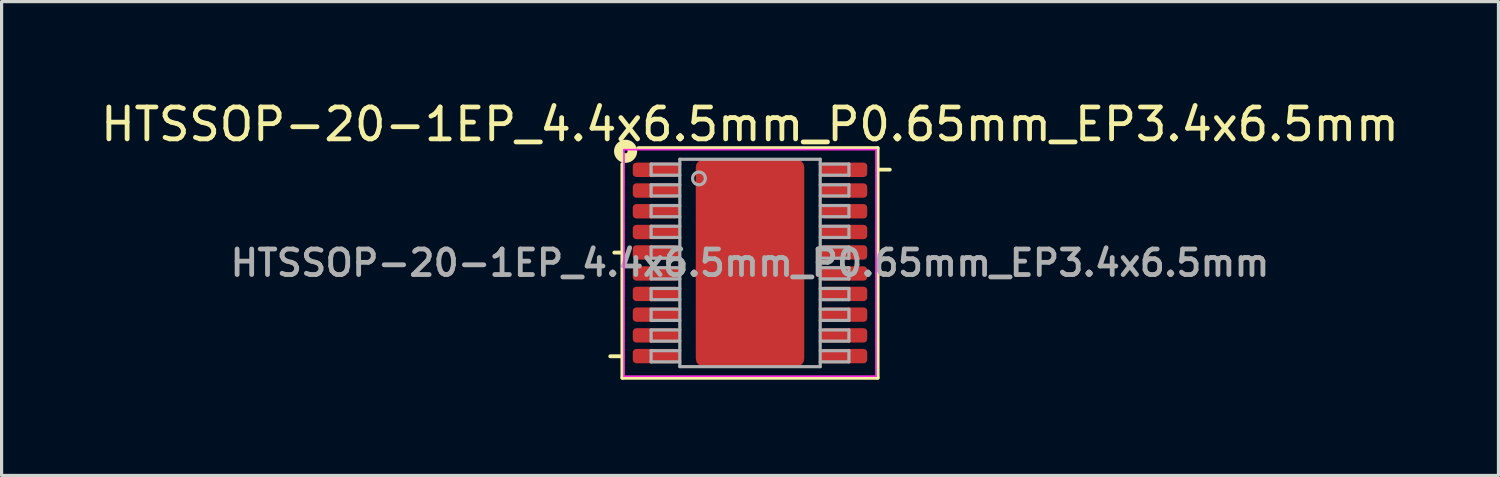
<source format=kicad_pcb>
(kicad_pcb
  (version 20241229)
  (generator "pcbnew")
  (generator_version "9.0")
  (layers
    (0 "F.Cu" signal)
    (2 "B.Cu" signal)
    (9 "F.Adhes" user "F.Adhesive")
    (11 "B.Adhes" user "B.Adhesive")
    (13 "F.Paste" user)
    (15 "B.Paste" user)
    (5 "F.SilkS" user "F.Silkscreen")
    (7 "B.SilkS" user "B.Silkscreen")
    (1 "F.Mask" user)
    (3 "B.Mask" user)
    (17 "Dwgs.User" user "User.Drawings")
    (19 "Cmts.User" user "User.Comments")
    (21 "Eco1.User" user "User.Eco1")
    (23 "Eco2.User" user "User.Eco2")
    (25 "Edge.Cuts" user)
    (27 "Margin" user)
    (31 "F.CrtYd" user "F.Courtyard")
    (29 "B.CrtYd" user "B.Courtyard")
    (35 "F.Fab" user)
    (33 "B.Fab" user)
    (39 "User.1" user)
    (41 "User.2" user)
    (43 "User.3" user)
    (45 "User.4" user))
  (footprint "HTSSOP-20-1EP_4.4x6.5mm_P0.65mm_EP3.4x6.5mm"
    (layer "F.Cu")
    (at 20.458 5.192)
    (property "Reference" "HTSSOP-20-1EP_4.4x6.5mm_P0.65mm_EP3.4x6.5mm" (at 0 -4.344 0) (layer "F.SilkS") (effects (font (size 1 1) (thickness 0.15))))
    (attr smd)
    (fp_line (start -4 -0.325) (end -4.254 -0.325) (stroke (width 0.12) (type solid)) (layer "F.SilkS"))
    (fp_line (start -4 2.925) (end -4.381 2.925) (stroke (width 0.12) (type solid)) (layer "F.SilkS"))
    (fp_line (start -4 3.6) (end -4 -3.1) (stroke (width 0.12) (type solid)) (layer "F.SilkS"))
    (fp_line (start -3.5 -3.6) (end 4 -3.6) (stroke (width 0.12) (type solid)) (layer "F.SilkS"))
    (fp_line (start 4 -3.6) (end 4 3.6) (stroke (width 0.12) (type solid)) (layer "F.SilkS"))
    (fp_line (start 4 -2.925) (end 4.381 -2.925) (stroke (width 0.12) (type solid)) (layer "F.SilkS"))
    (fp_line (start 4 0.325) (end 4.254 0.325) (stroke (width 0.12) (type solid)) (layer "F.SilkS"))
    (fp_line (start 4 3.6) (end -4 3.6) (stroke (width 0.12) (type solid)) (layer "F.SilkS"))
    (fp_circle (center -3.9 -3.5) (end -3.837 -3.5) (stroke (width 0.3) (type solid)) (fill no) (layer "F.SilkS"))
    (fp_line (start -3.95 -3.55) (end -3.95 3.55) (stroke (width 0.05) (type solid)) (layer "F.CrtYd"))
    (fp_line (start -3.95 -3.55) (end 3.95 -3.55) (stroke (width 0.05) (type solid)) (layer "F.CrtYd"))
    (fp_line (start -3.95 3.55) (end 3.95 3.55) (stroke (width 0.05) (type solid)) (layer "F.CrtYd"))
    (fp_line (start 3.95 -3.55) (end 3.95 3.55) (stroke (width 0.05) (type solid)) (layer "F.CrtYd"))
    (fp_line (start -3.1 -3.1) (end -3.1 -2.75) (stroke (width 0.1) (type solid)) (layer "F.Fab"))
    (fp_line (start -3.1 -3.1) (end -2.2 -3.1) (stroke (width 0.1) (type solid)) (layer "F.Fab"))
    (fp_line (start -3.1 -2.75) (end -2.2 -2.75) (stroke (width 0.1) (type solid)) (layer "F.Fab"))
    (fp_line (start -3.1 -2.45) (end -3.1 -2.1) (stroke (width 0.1) (type solid)) (layer "F.Fab"))
    (fp_line (start -3.1 -2.45) (end -2.2 -2.45) (stroke (width 0.1) (type solid)) (layer "F.Fab"))
    (fp_line (start -3.1 -2.1) (end -2.2 -2.1) (stroke (width 0.1) (type solid)) (layer "F.Fab"))
    (fp_line (start -3.1 -1.8) (end -3.1 -1.45) (stroke (width 0.1) (type solid)) (layer "F.Fab"))
    (fp_line (start -3.1 -1.8) (end -2.2 -1.8) (stroke (width 0.1) (type solid)) (layer "F.Fab"))
    (fp_line (start -3.1 -1.45) (end -2.2 -1.45) (stroke (width 0.1) (type solid)) (layer "F.Fab"))
    (fp_line (start -3.1 -1.15) (end -3.1 -0.8) (stroke (width 0.1) (type solid)) (layer "F.Fab"))
    (fp_line (start -3.1 -1.15) (end -2.2 -1.15) (stroke (width 0.1) (type solid)) (layer "F.Fab"))
    (fp_line (start -3.1 -0.8) (end -2.2 -0.8) (stroke (width 0.1) (type solid)) (layer "F.Fab"))
    (fp_line (start -3.1 -0.5) (end -3.1 -0.15) (stroke (width 0.1) (type solid)) (layer "F.Fab"))
    (fp_line (start -3.1 -0.5) (end -2.2 -0.5) (stroke (width 0.1) (type solid)) (layer "F.Fab"))
    (fp_line (start -3.1 -0.15) (end -2.2 -0.15) (stroke (width 0.1) (type solid)) (layer "F.Fab"))
    (fp_line (start -3.1 0.15) (end -3.1 0.5) (stroke (width 0.1) (type solid)) (layer "F.Fab"))
    (fp_line (start -3.1 0.15) (end -2.2 0.15) (stroke (width 0.1) (type solid)) (layer "F.Fab"))
    (fp_line (start -3.1 0.5) (end -2.2 0.5) (stroke (width 0.1) (type solid)) (layer "F.Fab"))
    (fp_line (start -3.1 0.8) (end -3.1 1.15) (stroke (width 0.1) (type solid)) (layer "F.Fab"))
    (fp_line (start -3.1 0.8) (end -2.2 0.8) (stroke (width 0.1) (type solid)) (layer "F.Fab"))
    (fp_line (start -3.1 1.15) (end -2.2 1.15) (stroke (width 0.1) (type solid)) (layer "F.Fab"))
    (fp_line (start -3.1 1.45) (end -3.1 1.8) (stroke (width 0.1) (type solid)) (layer "F.Fab"))
    (fp_line (start -3.1 1.45) (end -2.2 1.45) (stroke (width 0.1) (type solid)) (layer "F.Fab"))
    (fp_line (start -3.1 1.8) (end -2.2 1.8) (stroke (width 0.1) (type solid)) (layer "F.Fab"))
    (fp_line (start -3.1 2.1) (end -3.1 2.45) (stroke (width 0.1) (type solid)) (layer "F.Fab"))
    (fp_line (start -3.1 2.1) (end -2.2 2.1) (stroke (width 0.1) (type solid)) (layer "F.Fab"))
    (fp_line (start -3.1 2.45) (end -2.2 2.45) (stroke (width 0.1) (type solid)) (layer "F.Fab"))
    (fp_line (start -3.1 2.75) (end -3.1 3.1) (stroke (width 0.1) (type solid)) (layer "F.Fab"))
    (fp_line (start -3.1 2.75) (end -2.2 2.75) (stroke (width 0.1) (type solid)) (layer "F.Fab"))
    (fp_line (start -3.1 3.1) (end -2.2 3.1) (stroke (width 0.1) (type solid)) (layer "F.Fab"))
    (fp_line (start -2.2 -3.25) (end 2.2 -3.25) (stroke (width 0.1) (type solid)) (layer "F.Fab"))
    (fp_line (start -2.2 3.25) (end -2.2 -3.25) (stroke (width 0.1) (type solid)) (layer "F.Fab"))
    (fp_line (start 2.2 -3.25) (end 2.2 3.25) (stroke (width 0.1) (type solid)) (layer "F.Fab"))
    (fp_line (start 2.2 3.25) (end -2.2 3.25) (stroke (width 0.1) (type solid)) (layer "F.Fab"))
    (fp_line (start 3.1 -3.1) (end 2.2 -3.1) (stroke (width 0.1) (type solid)) (layer "F.Fab"))
    (fp_line (start 3.1 -2.75) (end 2.2 -2.75) (stroke (width 0.1) (type solid)) (layer "F.Fab"))
    (fp_line (start 3.1 -2.75) (end 3.1 -3.1) (stroke (width 0.1) (type solid)) (layer "F.Fab"))
    (fp_line (start 3.1 -2.45) (end 2.2 -2.45) (stroke (width 0.1) (type solid)) (layer "F.Fab"))
    (fp_line (start 3.1 -2.1) (end 2.2 -2.1) (stroke (width 0.1) (type solid)) (layer "F.Fab"))
    (fp_line (start 3.1 -2.1) (end 3.1 -2.45) (stroke (width 0.1) (type solid)) (layer "F.Fab"))
    (fp_line (start 3.1 -1.8) (end 2.2 -1.8) (stroke (width 0.1) (type solid)) (layer "F.Fab"))
    (fp_line (start 3.1 -1.45) (end 2.2 -1.45) (stroke (width 0.1) (type solid)) (layer "F.Fab"))
    (fp_line (start 3.1 -1.45) (end 3.1 -1.8) (stroke (width 0.1) (type solid)) (layer "F.Fab"))
    (fp_line (start 3.1 -1.15) (end 2.2 -1.15) (stroke (width 0.1) (type solid)) (layer "F.Fab"))
    (fp_line (start 3.1 -0.8) (end 2.2 -0.8) (stroke (width 0.1) (type solid)) (layer "F.Fab"))
    (fp_line (start 3.1 -0.8) (end 3.1 -1.15) (stroke (width 0.1) (type solid)) (layer "F.Fab"))
    (fp_line (start 3.1 -0.5) (end 2.2 -0.5) (stroke (width 0.1) (type solid)) (layer "F.Fab"))
    (fp_line (start 3.1 -0.15) (end 2.2 -0.15) (stroke (width 0.1) (type solid)) (layer "F.Fab"))
    (fp_line (start 3.1 -0.15) (end 3.1 -0.5) (stroke (width 0.1) (type solid)) (layer "F.Fab"))
    (fp_line (start 3.1 0.15) (end 2.2 0.15) (stroke (width 0.1) (type solid)) (layer "F.Fab"))
    (fp_line (start 3.1 0.5) (end 2.2 0.5) (stroke (width 0.1) (type solid)) (layer "F.Fab"))
    (fp_line (start 3.1 0.5) (end 3.1 0.15) (stroke (width 0.1) (type solid)) (layer "F.Fab"))
    (fp_line (start 3.1 0.8) (end 2.2 0.8) (stroke (width 0.1) (type solid)) (layer "F.Fab"))
    (fp_line (start 3.1 1.15) (end 2.2 1.15) (stroke (width 0.1) (type solid)) (layer "F.Fab"))
    (fp_line (start 3.1 1.15) (end 3.1 0.8) (stroke (width 0.1) (type solid)) (layer "F.Fab"))
    (fp_line (start 3.1 1.45) (end 2.2 1.45) (stroke (width 0.1) (type solid)) (layer "F.Fab"))
    (fp_line (start 3.1 1.8) (end 2.2 1.8) (stroke (width 0.1) (type solid)) (layer "F.Fab"))
    (fp_line (start 3.1 1.8) (end 3.1 1.45) (stroke (width 0.1) (type solid)) (layer "F.Fab"))
    (fp_line (start 3.1 2.1) (end 2.2 2.1) (stroke (width 0.1) (type solid)) (layer "F.Fab"))
    (fp_line (start 3.1 2.45) (end 2.2 2.45) (stroke (width 0.1) (type solid)) (layer "F.Fab"))
    (fp_line (start 3.1 2.45) (end 3.1 2.1) (stroke (width 0.1) (type solid)) (layer "F.Fab"))
    (fp_line (start 3.1 2.75) (end 2.2 2.75) (stroke (width 0.1) (type solid)) (layer "F.Fab"))
    (fp_line (start 3.1 3.1) (end 2.2 3.1) (stroke (width 0.1) (type solid)) (layer "F.Fab"))
    (fp_line (start 3.1 3.1) (end 3.1 2.75) (stroke (width 0.1) (type solid)) (layer "F.Fab"))
    (fp_circle (center -1.6 -2.65) (end -1.4 -2.65) (stroke (width 0.1) (type solid)) (fill no) (layer "F.Fab"))
    (fp_text user "${REFERENCE}" (at 0 0 0) (layer "F.Fab") (effects (font (size 0.8 0.8) (thickness 0.15))))
    (pad "" smd roundrect (at -0.85 -2.438) (size 1.4 1.325) (layers "F.Paste") (roundrect_rratio 0.189))
    (pad "" smd roundrect (at -0.85 -0.812) (size 1.4 1.325) (layers "F.Paste") (roundrect_rratio 0.189))
    (pad "" smd roundrect (at -0.85 0.812) (size 1.4 1.325) (layers "F.Paste") (roundrect_rratio 0.189))
    (pad "" smd roundrect (at -0.85 2.438) (size 1.4 1.325) (layers "F.Paste") (roundrect_rratio 0.189))
    (pad "" smd roundrect (at 0.85 -2.438) (size 1.4 1.325) (layers "F.Paste") (roundrect_rratio 0.189))
    (pad "" smd roundrect (at 0.85 -0.812) (size 1.4 1.325) (layers "F.Paste") (roundrect_rratio 0.189))
    (pad "" smd roundrect (at 0.85 0.812) (size 1.4 1.325) (layers "F.Paste") (roundrect_rratio 0.189))
    (pad "" smd roundrect (at 0.85 2.438) (size 1.4 1.325) (layers "F.Paste") (roundrect_rratio 0.189))
    (pad "1" smd roundrect (at -2.95 -2.92) (size 1.45 0.45) (layers "F.Cu" "F.Mask" "F.Paste") (roundrect_rratio 0.25))
    (pad "2" smd roundrect (at -2.95 -2.27) (size 1.45 0.45) (layers "F.Cu" "F.Mask" "F.Paste") (roundrect_rratio 0.25))
    (pad "3" smd roundrect (at -2.95 -1.62) (size 1.45 0.45) (layers "F.Cu" "F.Mask" "F.Paste") (roundrect_rratio 0.25))
    (pad "4" smd roundrect (at -2.95 -0.97) (size 1.45 0.45) (layers "F.Cu" "F.Mask" "F.Paste") (roundrect_rratio 0.25))
    (pad "5" smd roundrect (at -2.95 -0.33) (size 1.45 0.45) (layers "F.Cu" "F.Mask" "F.Paste") (roundrect_rratio 0.25))
    (pad "6" smd roundrect (at -2.95 0.33) (size 1.45 0.45) (layers "F.Cu" "F.Mask" "F.Paste") (roundrect_rratio 0.25))
    (pad "7" smd roundrect (at -2.95 0.97) (size 1.45 0.45) (layers "F.Cu" "F.Mask" "F.Paste") (roundrect_rratio 0.25))
    (pad "8" smd roundrect (at -2.95 1.62) (size 1.45 0.45) (layers "F.Cu" "F.Mask" "F.Paste") (roundrect_rratio 0.25))
    (pad "9" smd roundrect (at -2.95 2.27) (size 1.45 0.45) (layers "F.Cu" "F.Mask" "F.Paste") (roundrect_rratio 0.25))
    (pad "10" smd roundrect (at -2.95 2.92) (size 1.45 0.45) (layers "F.Cu" "F.Mask" "F.Paste") (roundrect_rratio 0.25))
    (pad "11" smd roundrect (at 2.95 2.92) (size 1.45 0.45) (layers "F.Cu" "F.Mask" "F.Paste") (roundrect_rratio 0.25))
    (pad "12" smd roundrect (at 2.95 2.27) (size 1.45 0.45) (layers "F.Cu" "F.Mask" "F.Paste") (roundrect_rratio 0.25))
    (pad "13" smd roundrect (at 2.95 1.62) (size 1.45 0.45) (layers "F.Cu" "F.Mask" "F.Paste") (roundrect_rratio 0.25))
    (pad "14" smd roundrect (at 2.95 0.97) (size 1.45 0.45) (layers "F.Cu" "F.Mask" "F.Paste") (roundrect_rratio 0.25))
    (pad "15" smd roundrect (at 2.95 0.33) (size 1.45 0.45) (layers "F.Cu" "F.Mask" "F.Paste") (roundrect_rratio 0.25))
    (pad "16" smd roundrect (at 2.95 -0.33) (size 1.45 0.45) (layers "F.Cu" "F.Mask" "F.Paste") (roundrect_rratio 0.25))
    (pad "17" smd roundrect (at 2.95 -0.97) (size 1.45 0.45) (layers "F.Cu" "F.Mask" "F.Paste") (roundrect_rratio 0.25))
    (pad "18" smd roundrect (at 2.95 -1.62) (size 1.45 0.45) (layers "F.Cu" "F.Mask" "F.Paste") (roundrect_rratio 0.25))
    (pad "19" smd roundrect (at 2.95 -2.27) (size 1.45 0.45) (layers "F.Cu" "F.Mask" "F.Paste") (roundrect_rratio 0.25))
    (pad "20" smd roundrect (at 2.95 -2.92) (size 1.45 0.45) (layers "F.Cu" "F.Mask" "F.Paste") (roundrect_rratio 0.25))
    (pad "21" smd roundrect (at 0 0) (size 3.4 6.5) (layers "F.Cu" "F.Mask") (roundrect_rratio 0.074)))
  (gr_rect
    (start -3 -3)
    (end 43.917 11.852)
    (stroke (width 0.1) (type default))
    (fill no)
    (layer "Edge.Cuts")))
</source>
